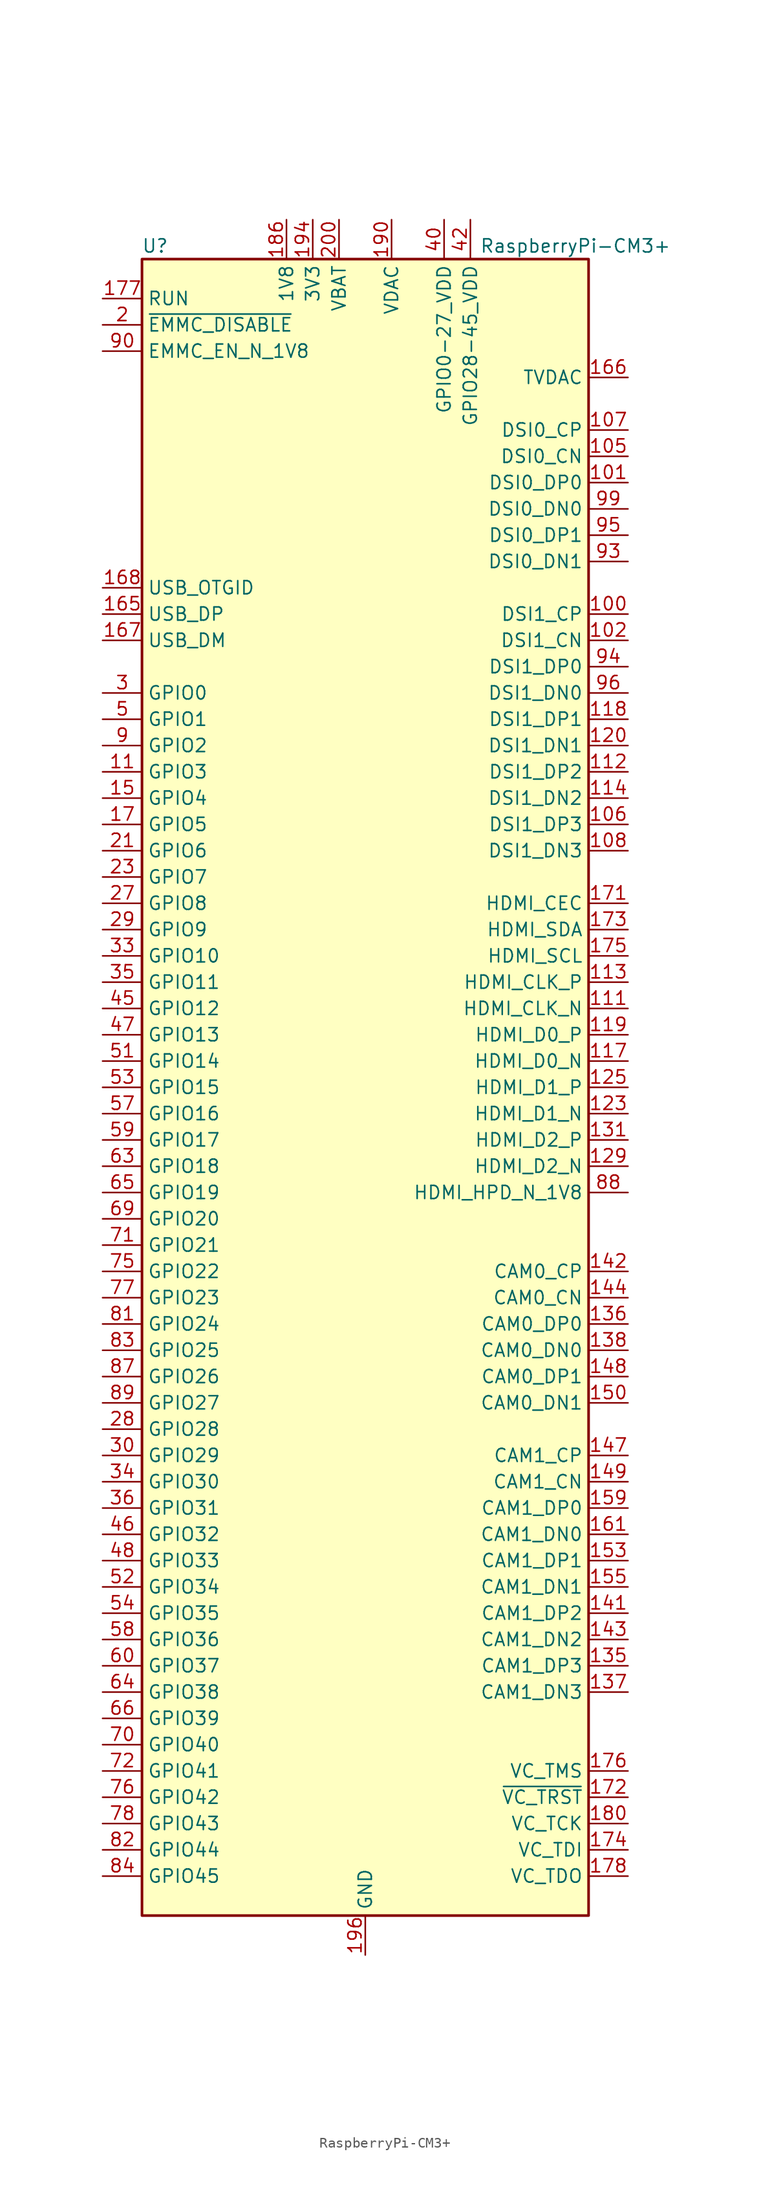
<source format=kicad_sym>
(kicad_symbol_lib
  (version 20201005)
  (generator kicad_symbol_editor)
  (symbol "RaspberryPi-CM3+"
    (property "Reference" "U"
      (at -20.32 81.28 0)
      (effects (font (size 1.27 1.27))))
    (property "Value" "RaspberryPi-CM3+"
      (at 20.32 81.28 0)
      (effects (font (size 1.27 1.27))))
    (symbol "RaspberryPi-CM3+_0_1"
      (rectangle (start -21.59 80.01) (end 21.59 -80.01) (stroke (width 0.254)) (fill (type background))))
    (symbol "RaspberryPi-CM3+_1_1"
      (pin passive line (at 0 -83.82 90) (length 3.81) hide (name "GND" (effects (font (size 1.27 1.27)))) (number "1" (effects (font (size 1.27 1.27)))))
      (pin no_connect line (at -20.32 66.04 0) (length 2.54) hide (name "NC" (effects (font (size 1.27 1.27)))) (number "10" (effects (font (size 1.27 1.27)))))
      (pin output line (at 25.4 45.72 180) (length 3.81) (name "DSI1_CP" (effects (font (size 1.27 1.27)))) (number "100" (effects (font (size 1.27 1.27)))))
      (pin output line (at 25.4 58.42 180) (length 3.81) (name "DSI0_DP0" (effects (font (size 1.27 1.27)))) (number "101" (effects (font (size 1.27 1.27)))))
      (pin output line (at 25.4 43.18 180) (length 3.81) (name "DSI1_CN" (effects (font (size 1.27 1.27)))) (number "102" (effects (font (size 1.27 1.27)))))
      (pin passive line (at 0 -83.82 90) (length 3.81) hide (name "GND" (effects (font (size 1.27 1.27)))) (number "103" (effects (font (size 1.27 1.27)))))
      (pin passive line (at 0 -83.82 90) (length 3.81) hide (name "GND" (effects (font (size 1.27 1.27)))) (number "104" (effects (font (size 1.27 1.27)))))
      (pin output line (at 25.4 60.96 180) (length 3.81) (name "DSI0_CN" (effects (font (size 1.27 1.27)))) (number "105" (effects (font (size 1.27 1.27)))))
      (pin output line (at 25.4 25.4 180) (length 3.81) (name "DSI1_DP3" (effects (font (size 1.27 1.27)))) (number "106" (effects (font (size 1.27 1.27)))))
      (pin output line (at 25.4 63.5 180) (length 3.81) (name "DSI0_CP" (effects (font (size 1.27 1.27)))) (number "107" (effects (font (size 1.27 1.27)))))
      (pin output line (at 25.4 22.86 180) (length 3.81) (name "DSI1_DN3" (effects (font (size 1.27 1.27)))) (number "108" (effects (font (size 1.27 1.27)))))
      (pin passive line (at 0 -83.82 90) (length 3.81) hide (name "GND" (effects (font (size 1.27 1.27)))) (number "109" (effects (font (size 1.27 1.27)))))
      (pin bidirectional line (at -25.4 30.48 0) (length 3.81) (name "GPIO3" (effects (font (size 1.27 1.27)))) (number "11" (effects (font (size 1.27 1.27)))))
      (pin passive line (at 0 -83.82 90) (length 3.81) hide (name "GND" (effects (font (size 1.27 1.27)))) (number "110" (effects (font (size 1.27 1.27)))))
      (pin output line (at 25.4 7.62 180) (length 3.81) (name "HDMI_CLK_N" (effects (font (size 1.27 1.27)))) (number "111" (effects (font (size 1.27 1.27)))))
      (pin output line (at 25.4 30.48 180) (length 3.81) (name "DSI1_DP2" (effects (font (size 1.27 1.27)))) (number "112" (effects (font (size 1.27 1.27)))))
      (pin output line (at 25.4 10.16 180) (length 3.81) (name "HDMI_CLK_P" (effects (font (size 1.27 1.27)))) (number "113" (effects (font (size 1.27 1.27)))))
      (pin output line (at 25.4 27.94 180) (length 3.81) (name "DSI1_DN2" (effects (font (size 1.27 1.27)))) (number "114" (effects (font (size 1.27 1.27)))))
      (pin passive line (at 0 -83.82 90) (length 3.81) hide (name "GND" (effects (font (size 1.27 1.27)))) (number "115" (effects (font (size 1.27 1.27)))))
      (pin passive line (at 0 -83.82 90) (length 3.81) hide (name "GND" (effects (font (size 1.27 1.27)))) (number "116" (effects (font (size 1.27 1.27)))))
      (pin output line (at 25.4 2.54 180) (length 3.81) (name "HDMI_D0_N" (effects (font (size 1.27 1.27)))) (number "117" (effects (font (size 1.27 1.27)))))
      (pin output line (at 25.4 35.56 180) (length 3.81) (name "DSI1_DP1" (effects (font (size 1.27 1.27)))) (number "118" (effects (font (size 1.27 1.27)))))
      (pin output line (at 25.4 5.08 180) (length 3.81) (name "HDMI_D0_P" (effects (font (size 1.27 1.27)))) (number "119" (effects (font (size 1.27 1.27)))))
      (pin no_connect line (at -20.32 63.5 0) (length 2.54) hide (name "NC" (effects (font (size 1.27 1.27)))) (number "12" (effects (font (size 1.27 1.27)))))
      (pin output line (at 25.4 33.02 180) (length 3.81) (name "DSI1_DN1" (effects (font (size 1.27 1.27)))) (number "120" (effects (font (size 1.27 1.27)))))
      (pin passive line (at 0 -83.82 90) (length 3.81) hide (name "GND" (effects (font (size 1.27 1.27)))) (number "121" (effects (font (size 1.27 1.27)))))
      (pin passive line (at 0 -83.82 90) (length 3.81) hide (name "GND" (effects (font (size 1.27 1.27)))) (number "122" (effects (font (size 1.27 1.27)))))
      (pin output line (at 25.4 -2.54 180) (length 3.81) (name "HDMI_D1_N" (effects (font (size 1.27 1.27)))) (number "123" (effects (font (size 1.27 1.27)))))
      (pin no_connect line (at 20.32 76.2 180) (length 2.54) hide (name "NC" (effects (font (size 1.27 1.27)))) (number "124" (effects (font (size 1.27 1.27)))))
      (pin output line (at 25.4 0 180) (length 3.81) (name "HDMI_D1_P" (effects (font (size 1.27 1.27)))) (number "125" (effects (font (size 1.27 1.27)))))
      (pin no_connect line (at 20.32 73.66 180) (length 2.54) hide (name "NC" (effects (font (size 1.27 1.27)))) (number "126" (effects (font (size 1.27 1.27)))))
      (pin passive line (at 0 -83.82 90) (length 3.81) hide (name "GND" (effects (font (size 1.27 1.27)))) (number "127" (effects (font (size 1.27 1.27)))))
      (pin no_connect line (at 20.32 71.12 180) (length 2.54) hide (name "NC" (effects (font (size 1.27 1.27)))) (number "128" (effects (font (size 1.27 1.27)))))
      (pin output line (at 25.4 -7.62 180) (length 3.81) (name "HDMI_D2_N" (effects (font (size 1.27 1.27)))) (number "129" (effects (font (size 1.27 1.27)))))
      (pin passive line (at 0 -83.82 90) (length 3.81) hide (name "GND" (effects (font (size 1.27 1.27)))) (number "13" (effects (font (size 1.27 1.27)))))
      (pin no_connect line (at 20.32 66.04 180) (length 2.54) hide (name "NC" (effects (font (size 1.27 1.27)))) (number "130" (effects (font (size 1.27 1.27)))))
      (pin output line (at 25.4 -5.08 180) (length 3.81) (name "HDMI_D2_P" (effects (font (size 1.27 1.27)))) (number "131" (effects (font (size 1.27 1.27)))))
      (pin no_connect line (at 20.32 48.26 180) (length 2.54) hide (name "NC" (effects (font (size 1.27 1.27)))) (number "132" (effects (font (size 1.27 1.27)))))
      (pin passive line (at 0 -83.82 90) (length 3.81) hide (name "GND" (effects (font (size 1.27 1.27)))) (number "133" (effects (font (size 1.27 1.27)))))
      (pin passive line (at 0 -83.82 90) (length 3.81) hide (name "GND" (effects (font (size 1.27 1.27)))) (number "134" (effects (font (size 1.27 1.27)))))
      (pin input line (at 25.4 -55.88 180) (length 3.81) (name "CAM1_DP3" (effects (font (size 1.27 1.27)))) (number "135" (effects (font (size 1.27 1.27)))))
      (pin input line (at 25.4 -22.86 180) (length 3.81) (name "CAM0_DP0" (effects (font (size 1.27 1.27)))) (number "136" (effects (font (size 1.27 1.27)))))
      (pin input line (at 25.4 -58.42 180) (length 3.81) (name "CAM1_DN3" (effects (font (size 1.27 1.27)))) (number "137" (effects (font (size 1.27 1.27)))))
      (pin input line (at 25.4 -25.4 180) (length 3.81) (name "CAM0_DN0" (effects (font (size 1.27 1.27)))) (number "138" (effects (font (size 1.27 1.27)))))
      (pin passive line (at 0 -83.82 90) (length 3.81) hide (name "GND" (effects (font (size 1.27 1.27)))) (number "139" (effects (font (size 1.27 1.27)))))
      (pin passive line (at 0 -83.82 90) (length 3.81) hide (name "GND" (effects (font (size 1.27 1.27)))) (number "14" (effects (font (size 1.27 1.27)))))
      (pin passive line (at 0 -83.82 90) (length 3.81) hide (name "GND" (effects (font (size 1.27 1.27)))) (number "140" (effects (font (size 1.27 1.27)))))
      (pin input line (at 25.4 -50.8 180) (length 3.81) (name "CAM1_DP2" (effects (font (size 1.27 1.27)))) (number "141" (effects (font (size 1.27 1.27)))))
      (pin input line (at 25.4 -17.78 180) (length 3.81) (name "CAM0_CP" (effects (font (size 1.27 1.27)))) (number "142" (effects (font (size 1.27 1.27)))))
      (pin input line (at 25.4 -53.34 180) (length 3.81) (name "CAM1_DN2" (effects (font (size 1.27 1.27)))) (number "143" (effects (font (size 1.27 1.27)))))
      (pin input line (at 25.4 -20.32 180) (length 3.81) (name "CAM0_CN" (effects (font (size 1.27 1.27)))) (number "144" (effects (font (size 1.27 1.27)))))
      (pin passive line (at 0 -83.82 90) (length 3.81) hide (name "GND" (effects (font (size 1.27 1.27)))) (number "145" (effects (font (size 1.27 1.27)))))
      (pin passive line (at 0 -83.82 90) (length 3.81) hide (name "GND" (effects (font (size 1.27 1.27)))) (number "146" (effects (font (size 1.27 1.27)))))
      (pin input line (at 25.4 -35.56 180) (length 3.81) (name "CAM1_CP" (effects (font (size 1.27 1.27)))) (number "147" (effects (font (size 1.27 1.27)))))
      (pin input line (at 25.4 -27.94 180) (length 3.81) (name "CAM0_DP1" (effects (font (size 1.27 1.27)))) (number "148" (effects (font (size 1.27 1.27)))))
      (pin input line (at 25.4 -38.1 180) (length 3.81) (name "CAM1_CN" (effects (font (size 1.27 1.27)))) (number "149" (effects (font (size 1.27 1.27)))))
      (pin bidirectional line (at -25.4 27.94 0) (length 3.81) (name "GPIO4" (effects (font (size 1.27 1.27)))) (number "15" (effects (font (size 1.27 1.27)))))
      (pin input line (at 25.4 -30.48 180) (length 3.81) (name "CAM0_DN1" (effects (font (size 1.27 1.27)))) (number "150" (effects (font (size 1.27 1.27)))))
      (pin passive line (at 0 -83.82 90) (length 3.81) hide (name "GND" (effects (font (size 1.27 1.27)))) (number "151" (effects (font (size 1.27 1.27)))))
      (pin passive line (at 0 -83.82 90) (length 3.81) hide (name "GND" (effects (font (size 1.27 1.27)))) (number "152" (effects (font (size 1.27 1.27)))))
      (pin input line (at 25.4 -45.72 180) (length 3.81) (name "CAM1_DP1" (effects (font (size 1.27 1.27)))) (number "153" (effects (font (size 1.27 1.27)))))
      (pin no_connect line (at 20.32 -15.24 180) (length 2.54) hide (name "NC" (effects (font (size 1.27 1.27)))) (number "154" (effects (font (size 1.27 1.27)))))
      (pin input line (at 25.4 -48.26 180) (length 3.81) (name "CAM1_DN1" (effects (font (size 1.27 1.27)))) (number "155" (effects (font (size 1.27 1.27)))))
      (pin no_connect line (at 20.32 -12.7 180) (length 2.54) hide (name "NC" (effects (font (size 1.27 1.27)))) (number "156" (effects (font (size 1.27 1.27)))))
      (pin passive line (at 0 -83.82 90) (length 3.81) hide (name "GND" (effects (font (size 1.27 1.27)))) (number "157" (effects (font (size 1.27 1.27)))))
      (pin no_connect line (at 20.32 20.32 180) (length 2.54) hide (name "NC" (effects (font (size 1.27 1.27)))) (number "158" (effects (font (size 1.27 1.27)))))
      (pin input line (at 25.4 -40.64 180) (length 3.81) (name "CAM1_DP0" (effects (font (size 1.27 1.27)))) (number "159" (effects (font (size 1.27 1.27)))))
      (pin no_connect line (at -20.32 60.96 0) (length 2.54) hide (name "NC" (effects (font (size 1.27 1.27)))) (number "16" (effects (font (size 1.27 1.27)))))
      (pin no_connect line (at 20.32 -60.96 180) (length 2.54) hide (name "NC" (effects (font (size 1.27 1.27)))) (number "160" (effects (font (size 1.27 1.27)))))
      (pin input line (at 25.4 -43.18 180) (length 3.81) (name "CAM1_DN0" (effects (font (size 1.27 1.27)))) (number "161" (effects (font (size 1.27 1.27)))))
      (pin no_connect line (at 20.32 -63.5 180) (length 2.54) hide (name "NC" (effects (font (size 1.27 1.27)))) (number "162" (effects (font (size 1.27 1.27)))))
      (pin passive line (at 0 -83.82 90) (length 3.81) hide (name "GND" (effects (font (size 1.27 1.27)))) (number "163" (effects (font (size 1.27 1.27)))))
      (pin passive line (at 0 -83.82 90) (length 3.81) hide (name "GND" (effects (font (size 1.27 1.27)))) (number "164" (effects (font (size 1.27 1.27)))))
      (pin bidirectional line (at -25.4 45.72 0) (length 3.81) (name "USB_DP" (effects (font (size 1.27 1.27)))) (number "165" (effects (font (size 1.27 1.27)))))
      (pin output line (at 25.4 68.58 180) (length 3.81) (name "TVDAC" (effects (font (size 1.27 1.27)))) (number "166" (effects (font (size 1.27 1.27)))))
      (pin bidirectional line (at -25.4 43.18 0) (length 3.81) (name "USB_DM" (effects (font (size 1.27 1.27)))) (number "167" (effects (font (size 1.27 1.27)))))
      (pin passive line (at -25.4 48.26 0) (length 3.81) (name "USB_OTGID" (effects (font (size 1.27 1.27)))) (number "168" (effects (font (size 1.27 1.27)))))
      (pin passive line (at 0 -83.82 90) (length 3.81) hide (name "GND" (effects (font (size 1.27 1.27)))) (number "169" (effects (font (size 1.27 1.27)))))
      (pin bidirectional line (at -25.4 25.4 0) (length 3.81) (name "GPIO5" (effects (font (size 1.27 1.27)))) (number "17" (effects (font (size 1.27 1.27)))))
      (pin passive line (at 0 -83.82 90) (length 3.81) hide (name "GND" (effects (font (size 1.27 1.27)))) (number "170" (effects (font (size 1.27 1.27)))))
      (pin bidirectional line (at 25.4 17.78 180) (length 3.81) (name "HDMI_CEC" (effects (font (size 1.27 1.27)))) (number "171" (effects (font (size 1.27 1.27)))))
      (pin input line (at 25.4 -68.58 180) (length 3.81) (name "~VC_TRST" (effects (font (size 1.27 1.27)))) (number "172" (effects (font (size 1.27 1.27)))))
      (pin bidirectional line (at 25.4 15.24 180) (length 3.81) (name "HDMI_SDA" (effects (font (size 1.27 1.27)))) (number "173" (effects (font (size 1.27 1.27)))))
      (pin input line (at 25.4 -73.66 180) (length 3.81) (name "VC_TDI" (effects (font (size 1.27 1.27)))) (number "174" (effects (font (size 1.27 1.27)))))
      (pin bidirectional line (at 25.4 12.7 180) (length 3.81) (name "HDMI_SCL" (effects (font (size 1.27 1.27)))) (number "175" (effects (font (size 1.27 1.27)))))
      (pin input line (at 25.4 -66.04 180) (length 3.81) (name "VC_TMS" (effects (font (size 1.27 1.27)))) (number "176" (effects (font (size 1.27 1.27)))))
      (pin input line (at -25.4 76.2 0) (length 3.81) (name "RUN" (effects (font (size 1.27 1.27)))) (number "177" (effects (font (size 1.27 1.27)))))
      (pin output line (at 25.4 -76.2 180) (length 3.81) (name "VC_TDO" (effects (font (size 1.27 1.27)))) (number "178" (effects (font (size 1.27 1.27)))))
      (pin no_connect line (at 0 78.74 270) (length 2.54) hide (name "VDD_CORE_(DO_NOT_CONNECT)" (effects (font (size 1.27 1.27)))) (number "179" (effects (font (size 1.27 1.27)))))
      (pin no_connect line (at -20.32 58.42 0) (length 2.54) hide (name "NC" (effects (font (size 1.27 1.27)))) (number "18" (effects (font (size 1.27 1.27)))))
      (pin input line (at 25.4 -71.12 180) (length 3.81) (name "VC_TCK" (effects (font (size 1.27 1.27)))) (number "180" (effects (font (size 1.27 1.27)))))
      (pin passive line (at 0 -83.82 90) (length 3.81) hide (name "GND" (effects (font (size 1.27 1.27)))) (number "181" (effects (font (size 1.27 1.27)))))
      (pin passive line (at 0 -83.82 90) (length 3.81) hide (name "GND" (effects (font (size 1.27 1.27)))) (number "182" (effects (font (size 1.27 1.27)))))
      (pin passive line (at -7.62 83.82 270) (length 3.81) hide (name "1V8" (effects (font (size 1.27 1.27)))) (number "183" (effects (font (size 1.27 1.27)))))
      (pin passive line (at -7.62 83.82 270) (length 3.81) hide (name "1V8" (effects (font (size 1.27 1.27)))) (number "184" (effects (font (size 1.27 1.27)))))
      (pin passive line (at -7.62 83.82 270) (length 3.81) hide (name "1V8" (effects (font (size 1.27 1.27)))) (number "185" (effects (font (size 1.27 1.27)))))
      (pin power_in line (at -7.62 83.82 270) (length 3.81) (name "1V8" (effects (font (size 1.27 1.27)))) (number "186" (effects (font (size 1.27 1.27)))))
      (pin passive line (at 0 -83.82 90) (length 3.81) hide (name "GND" (effects (font (size 1.27 1.27)))) (number "187" (effects (font (size 1.27 1.27)))))
      (pin passive line (at 0 -83.82 90) (length 3.81) hide (name "GND" (effects (font (size 1.27 1.27)))) (number "188" (effects (font (size 1.27 1.27)))))
      (pin passive line (at 2.54 83.82 270) (length 3.81) hide (name "VDAC" (effects (font (size 1.27 1.27)))) (number "189" (effects (font (size 1.27 1.27)))))
      (pin passive line (at 0 -83.82 90) (length 3.81) hide (name "GND" (effects (font (size 1.27 1.27)))) (number "19" (effects (font (size 1.27 1.27)))))
      (pin power_in line (at 2.54 83.82 270) (length 3.81) (name "VDAC" (effects (font (size 1.27 1.27)))) (number "190" (effects (font (size 1.27 1.27)))))
      (pin passive line (at -5.08 83.82 270) (length 3.81) hide (name "3V3" (effects (font (size 1.27 1.27)))) (number "191" (effects (font (size 1.27 1.27)))))
      (pin passive line (at -5.08 83.82 270) (length 3.81) hide (name "3V3" (effects (font (size 1.27 1.27)))) (number "192" (effects (font (size 1.27 1.27)))))
      (pin passive line (at -5.08 83.82 270) (length 3.81) hide (name "3V3" (effects (font (size 1.27 1.27)))) (number "193" (effects (font (size 1.27 1.27)))))
      (pin power_in line (at -5.08 83.82 270) (length 3.81) (name "3V3" (effects (font (size 1.27 1.27)))) (number "194" (effects (font (size 1.27 1.27)))))
      (pin passive line (at 0 -83.82 90) (length 3.81) hide (name "GND" (effects (font (size 1.27 1.27)))) (number "195" (effects (font (size 1.27 1.27)))))
      (pin power_out line (at 0 -83.82 90) (length 3.81) (name "GND" (effects (font (size 1.27 1.27)))) (number "196" (effects (font (size 1.27 1.27)))))
      (pin passive line (at -2.54 83.82 270) (length 3.81) hide (name "VBAT" (effects (font (size 1.27 1.27)))) (number "197" (effects (font (size 1.27 1.27)))))
      (pin passive line (at -2.54 83.82 270) (length 3.81) hide (name "VBAT" (effects (font (size 1.27 1.27)))) (number "198" (effects (font (size 1.27 1.27)))))
      (pin passive line (at -2.54 83.82 270) (length 3.81) hide (name "VBAT" (effects (font (size 1.27 1.27)))) (number "199" (effects (font (size 1.27 1.27)))))
      (pin input line (at -25.4 73.66 0) (length 3.81) (name "~EMMC_DISABLE" (effects (font (size 1.27 1.27)))) (number "2" (effects (font (size 1.27 1.27)))))
      (pin passive line (at 0 -83.82 90) (length 3.81) hide (name "GND" (effects (font (size 1.27 1.27)))) (number "20" (effects (font (size 1.27 1.27)))))
      (pin power_in line (at -2.54 83.82 270) (length 3.81) (name "VBAT" (effects (font (size 1.27 1.27)))) (number "200" (effects (font (size 1.27 1.27)))))
      (pin bidirectional line (at -25.4 22.86 0) (length 3.81) (name "GPIO6" (effects (font (size 1.27 1.27)))) (number "21" (effects (font (size 1.27 1.27)))))
      (pin no_connect line (at -20.32 55.88 0) (length 2.54) hide (name "NC" (effects (font (size 1.27 1.27)))) (number "22" (effects (font (size 1.27 1.27)))))
      (pin bidirectional line (at -25.4 20.32 0) (length 3.81) (name "GPIO7" (effects (font (size 1.27 1.27)))) (number "23" (effects (font (size 1.27 1.27)))))
      (pin no_connect line (at -20.32 53.34 0) (length 2.54) hide (name "NC" (effects (font (size 1.27 1.27)))) (number "24" (effects (font (size 1.27 1.27)))))
      (pin passive line (at 0 -83.82 90) (length 3.81) hide (name "GND" (effects (font (size 1.27 1.27)))) (number "25" (effects (font (size 1.27 1.27)))))
      (pin passive line (at 0 -83.82 90) (length 3.81) hide (name "GND" (effects (font (size 1.27 1.27)))) (number "26" (effects (font (size 1.27 1.27)))))
      (pin bidirectional line (at -25.4 17.78 0) (length 3.81) (name "GPIO8" (effects (font (size 1.27 1.27)))) (number "27" (effects (font (size 1.27 1.27)))))
      (pin bidirectional line (at -25.4 -33.02 0) (length 3.81) (name "GPIO28" (effects (font (size 1.27 1.27)))) (number "28" (effects (font (size 1.27 1.27)))))
      (pin bidirectional line (at -25.4 15.24 0) (length 3.81) (name "GPIO9" (effects (font (size 1.27 1.27)))) (number "29" (effects (font (size 1.27 1.27)))))
      (pin bidirectional line (at -25.4 38.1 0) (length 3.81) (name "GPIO0" (effects (font (size 1.27 1.27)))) (number "3" (effects (font (size 1.27 1.27)))))
      (pin bidirectional line (at -25.4 -35.56 0) (length 3.81) (name "GPIO29" (effects (font (size 1.27 1.27)))) (number "30" (effects (font (size 1.27 1.27)))))
      (pin passive line (at 0 -83.82 90) (length 3.81) hide (name "GND" (effects (font (size 1.27 1.27)))) (number "31" (effects (font (size 1.27 1.27)))))
      (pin passive line (at 0 -83.82 90) (length 3.81) hide (name "GND" (effects (font (size 1.27 1.27)))) (number "32" (effects (font (size 1.27 1.27)))))
      (pin bidirectional line (at -25.4 12.7 0) (length 3.81) (name "GPIO10" (effects (font (size 1.27 1.27)))) (number "33" (effects (font (size 1.27 1.27)))))
      (pin bidirectional line (at -25.4 -38.1 0) (length 3.81) (name "GPIO30" (effects (font (size 1.27 1.27)))) (number "34" (effects (font (size 1.27 1.27)))))
      (pin bidirectional line (at -25.4 10.16 0) (length 3.81) (name "GPIO11" (effects (font (size 1.27 1.27)))) (number "35" (effects (font (size 1.27 1.27)))))
      (pin bidirectional line (at -25.4 -40.64 0) (length 3.81) (name "GPIO31" (effects (font (size 1.27 1.27)))) (number "36" (effects (font (size 1.27 1.27)))))
      (pin passive line (at 0 -83.82 90) (length 3.81) hide (name "GND" (effects (font (size 1.27 1.27)))) (number "37" (effects (font (size 1.27 1.27)))))
      (pin passive line (at 0 -83.82 90) (length 3.81) hide (name "GND" (effects (font (size 1.27 1.27)))) (number "38" (effects (font (size 1.27 1.27)))))
      (pin passive line (at 7.62 83.82 270) (length 3.81) hide (name "GPIO0-27_VDD" (effects (font (size 1.27 1.27)))) (number "39" (effects (font (size 1.27 1.27)))))
      (pin no_connect line (at 5.08 78.74 270) (length 2.54) hide (name "NC" (effects (font (size 1.27 1.27)))) (number "4" (effects (font (size 1.27 1.27)))))
      (pin power_in line (at 7.62 83.82 270) (length 3.81) (name "GPIO0-27_VDD" (effects (font (size 1.27 1.27)))) (number "40" (effects (font (size 1.27 1.27)))))
      (pin passive line (at 10.16 83.82 270) (length 3.81) hide (name "GPIO28-45_VDD" (effects (font (size 1.27 1.27)))) (number "41" (effects (font (size 1.27 1.27)))))
      (pin power_in line (at 10.16 83.82 270) (length 3.81) (name "GPIO28-45_VDD" (effects (font (size 1.27 1.27)))) (number "42" (effects (font (size 1.27 1.27)))))
      (pin passive line (at 0 -83.82 90) (length 3.81) hide (name "GND" (effects (font (size 1.27 1.27)))) (number "43" (effects (font (size 1.27 1.27)))))
      (pin passive line (at 0 -83.82 90) (length 3.81) hide (name "GND" (effects (font (size 1.27 1.27)))) (number "44" (effects (font (size 1.27 1.27)))))
      (pin bidirectional line (at -25.4 7.62 0) (length 3.81) (name "GPIO12" (effects (font (size 1.27 1.27)))) (number "45" (effects (font (size 1.27 1.27)))))
      (pin bidirectional line (at -25.4 -43.18 0) (length 3.81) (name "GPIO32" (effects (font (size 1.27 1.27)))) (number "46" (effects (font (size 1.27 1.27)))))
      (pin bidirectional line (at -25.4 5.08 0) (length 3.81) (name "GPIO13" (effects (font (size 1.27 1.27)))) (number "47" (effects (font (size 1.27 1.27)))))
      (pin bidirectional line (at -25.4 -45.72 0) (length 3.81) (name "GPIO33" (effects (font (size 1.27 1.27)))) (number "48" (effects (font (size 1.27 1.27)))))
      (pin passive line (at 0 -83.82 90) (length 3.81) hide (name "GND" (effects (font (size 1.27 1.27)))) (number "49" (effects (font (size 1.27 1.27)))))
      (pin bidirectional line (at -25.4 35.56 0) (length 3.81) (name "GPIO1" (effects (font (size 1.27 1.27)))) (number "5" (effects (font (size 1.27 1.27)))))
      (pin passive line (at 0 -83.82 90) (length 3.81) hide (name "GND" (effects (font (size 1.27 1.27)))) (number "50" (effects (font (size 1.27 1.27)))))
      (pin bidirectional line (at -25.4 2.54 0) (length 3.81) (name "GPIO14" (effects (font (size 1.27 1.27)))) (number "51" (effects (font (size 1.27 1.27)))))
      (pin bidirectional line (at -25.4 -48.26 0) (length 3.81) (name "GPIO34" (effects (font (size 1.27 1.27)))) (number "52" (effects (font (size 1.27 1.27)))))
      (pin bidirectional line (at -25.4 0 0) (length 3.81) (name "GPIO15" (effects (font (size 1.27 1.27)))) (number "53" (effects (font (size 1.27 1.27)))))
      (pin bidirectional line (at -25.4 -50.8 0) (length 3.81) (name "GPIO35" (effects (font (size 1.27 1.27)))) (number "54" (effects (font (size 1.27 1.27)))))
      (pin passive line (at 0 -83.82 90) (length 3.81) hide (name "GND" (effects (font (size 1.27 1.27)))) (number "55" (effects (font (size 1.27 1.27)))))
      (pin passive line (at 0 -83.82 90) (length 3.81) hide (name "GND" (effects (font (size 1.27 1.27)))) (number "56" (effects (font (size 1.27 1.27)))))
      (pin bidirectional line (at -25.4 -2.54 0) (length 3.81) (name "GPIO16" (effects (font (size 1.27 1.27)))) (number "57" (effects (font (size 1.27 1.27)))))
      (pin bidirectional line (at -25.4 -53.34 0) (length 3.81) (name "GPIO36" (effects (font (size 1.27 1.27)))) (number "58" (effects (font (size 1.27 1.27)))))
      (pin bidirectional line (at -25.4 -5.08 0) (length 3.81) (name "GPIO17" (effects (font (size 1.27 1.27)))) (number "59" (effects (font (size 1.27 1.27)))))
      (pin no_connect line (at 12.7 78.74 270) (length 2.54) hide (name "NC" (effects (font (size 1.27 1.27)))) (number "6" (effects (font (size 1.27 1.27)))))
      (pin bidirectional line (at -25.4 -55.88 0) (length 3.81) (name "GPIO37" (effects (font (size 1.27 1.27)))) (number "60" (effects (font (size 1.27 1.27)))))
      (pin passive line (at 0 -83.82 90) (length 3.81) hide (name "GND" (effects (font (size 1.27 1.27)))) (number "61" (effects (font (size 1.27 1.27)))))
      (pin passive line (at 0 -83.82 90) (length 3.81) hide (name "GND" (effects (font (size 1.27 1.27)))) (number "62" (effects (font (size 1.27 1.27)))))
      (pin bidirectional line (at -25.4 -7.62 0) (length 3.81) (name "GPIO18" (effects (font (size 1.27 1.27)))) (number "63" (effects (font (size 1.27 1.27)))))
      (pin bidirectional line (at -25.4 -58.42 0) (length 3.81) (name "GPIO38" (effects (font (size 1.27 1.27)))) (number "64" (effects (font (size 1.27 1.27)))))
      (pin bidirectional line (at -25.4 -10.16 0) (length 3.81) (name "GPIO19" (effects (font (size 1.27 1.27)))) (number "65" (effects (font (size 1.27 1.27)))))
      (pin bidirectional line (at -25.4 -60.96 0) (length 3.81) (name "GPIO39" (effects (font (size 1.27 1.27)))) (number "66" (effects (font (size 1.27 1.27)))))
      (pin passive line (at 0 -83.82 90) (length 3.81) hide (name "GND" (effects (font (size 1.27 1.27)))) (number "67" (effects (font (size 1.27 1.27)))))
      (pin passive line (at 0 -83.82 90) (length 3.81) hide (name "GND" (effects (font (size 1.27 1.27)))) (number "68" (effects (font (size 1.27 1.27)))))
      (pin bidirectional line (at -25.4 -12.7 0) (length 3.81) (name "GPIO20" (effects (font (size 1.27 1.27)))) (number "69" (effects (font (size 1.27 1.27)))))
      (pin passive line (at 0 -83.82 90) (length 3.81) hide (name "GND" (effects (font (size 1.27 1.27)))) (number "7" (effects (font (size 1.27 1.27)))))
      (pin bidirectional line (at -25.4 -63.5 0) (length 3.81) (name "GPIO40" (effects (font (size 1.27 1.27)))) (number "70" (effects (font (size 1.27 1.27)))))
      (pin bidirectional line (at -25.4 -15.24 0) (length 3.81) (name "GPIO21" (effects (font (size 1.27 1.27)))) (number "71" (effects (font (size 1.27 1.27)))))
      (pin bidirectional line (at -25.4 -66.04 0) (length 3.81) (name "GPIO41" (effects (font (size 1.27 1.27)))) (number "72" (effects (font (size 1.27 1.27)))))
      (pin passive line (at 0 -83.82 90) (length 3.81) hide (name "GND" (effects (font (size 1.27 1.27)))) (number "73" (effects (font (size 1.27 1.27)))))
      (pin passive line (at 0 -83.82 90) (length 3.81) hide (name "GND" (effects (font (size 1.27 1.27)))) (number "74" (effects (font (size 1.27 1.27)))))
      (pin bidirectional line (at -25.4 -17.78 0) (length 3.81) (name "GPIO22" (effects (font (size 1.27 1.27)))) (number "75" (effects (font (size 1.27 1.27)))))
      (pin bidirectional line (at -25.4 -68.58 0) (length 3.81) (name "GPIO42" (effects (font (size 1.27 1.27)))) (number "76" (effects (font (size 1.27 1.27)))))
      (pin bidirectional line (at -25.4 -20.32 0) (length 3.81) (name "GPIO23" (effects (font (size 1.27 1.27)))) (number "77" (effects (font (size 1.27 1.27)))))
      (pin bidirectional line (at -25.4 -71.12 0) (length 3.81) (name "GPIO43" (effects (font (size 1.27 1.27)))) (number "78" (effects (font (size 1.27 1.27)))))
      (pin passive line (at 0 -83.82 90) (length 3.81) hide (name "GND" (effects (font (size 1.27 1.27)))) (number "79" (effects (font (size 1.27 1.27)))))
      (pin passive line (at 0 -83.82 90) (length 3.81) hide (name "GND" (effects (font (size 1.27 1.27)))) (number "8" (effects (font (size 1.27 1.27)))))
      (pin passive line (at 0 -83.82 90) (length 3.81) hide (name "GND" (effects (font (size 1.27 1.27)))) (number "80" (effects (font (size 1.27 1.27)))))
      (pin bidirectional line (at -25.4 -22.86 0) (length 3.81) (name "GPIO24" (effects (font (size 1.27 1.27)))) (number "81" (effects (font (size 1.27 1.27)))))
      (pin bidirectional line (at -25.4 -73.66 0) (length 3.81) (name "GPIO44" (effects (font (size 1.27 1.27)))) (number "82" (effects (font (size 1.27 1.27)))))
      (pin bidirectional line (at -25.4 -25.4 0) (length 3.81) (name "GPIO25" (effects (font (size 1.27 1.27)))) (number "83" (effects (font (size 1.27 1.27)))))
      (pin bidirectional line (at -25.4 -76.2 0) (length 3.81) (name "GPIO45" (effects (font (size 1.27 1.27)))) (number "84" (effects (font (size 1.27 1.27)))))
      (pin passive line (at 0 -83.82 90) (length 3.81) hide (name "GND" (effects (font (size 1.27 1.27)))) (number "85" (effects (font (size 1.27 1.27)))))
      (pin passive line (at 0 -83.82 90) (length 3.81) hide (name "GND" (effects (font (size 1.27 1.27)))) (number "86" (effects (font (size 1.27 1.27)))))
      (pin bidirectional line (at -25.4 -27.94 0) (length 3.81) (name "GPIO26" (effects (font (size 1.27 1.27)))) (number "87" (effects (font (size 1.27 1.27)))))
      (pin input line (at 25.4 -10.16 180) (length 3.81) (name "HDMI_HPD_N_1V8" (effects (font (size 1.27 1.27)))) (number "88" (effects (font (size 1.27 1.27)))))
      (pin bidirectional line (at -25.4 -30.48 0) (length 3.81) (name "GPIO27" (effects (font (size 1.27 1.27)))) (number "89" (effects (font (size 1.27 1.27)))))
      (pin bidirectional line (at -25.4 33.02 0) (length 3.81) (name "GPIO2" (effects (font (size 1.27 1.27)))) (number "9" (effects (font (size 1.27 1.27)))))
      (pin output line (at -25.4 71.12 0) (length 3.81) (name "EMMC_EN_N_1V8" (effects (font (size 1.27 1.27)))) (number "90" (effects (font (size 1.27 1.27)))))
      (pin passive line (at 0 -83.82 90) (length 3.81) hide (name "GND" (effects (font (size 1.27 1.27)))) (number "91" (effects (font (size 1.27 1.27)))))
      (pin passive line (at 0 -83.82 90) (length 3.81) hide (name "GND" (effects (font (size 1.27 1.27)))) (number "92" (effects (font (size 1.27 1.27)))))
      (pin output line (at 25.4 50.8 180) (length 3.81) (name "DSI0_DN1" (effects (font (size 1.27 1.27)))) (number "93" (effects (font (size 1.27 1.27)))))
      (pin output line (at 25.4 40.64 180) (length 3.81) (name "DSI1_DP0" (effects (font (size 1.27 1.27)))) (number "94" (effects (font (size 1.27 1.27)))))
      (pin output line (at 25.4 53.34 180) (length 3.81) (name "DSI0_DP1" (effects (font (size 1.27 1.27)))) (number "95" (effects (font (size 1.27 1.27)))))
      (pin output line (at 25.4 38.1 180) (length 3.81) (name "DSI1_DN0" (effects (font (size 1.27 1.27)))) (number "96" (effects (font (size 1.27 1.27)))))
      (pin passive line (at 0 -83.82 90) (length 3.81) hide (name "GND" (effects (font (size 1.27 1.27)))) (number "97" (effects (font (size 1.27 1.27)))))
      (pin passive line (at 0 -83.82 90) (length 3.81) hide (name "GND" (effects (font (size 1.27 1.27)))) (number "98" (effects (font (size 1.27 1.27)))))
      (pin output line (at 25.4 55.88 180) (length 3.81) (name "DSI0_DN0" (effects (font (size 1.27 1.27)))) (number "99" (effects (font (size 1.27 1.27))))))))
</source>
